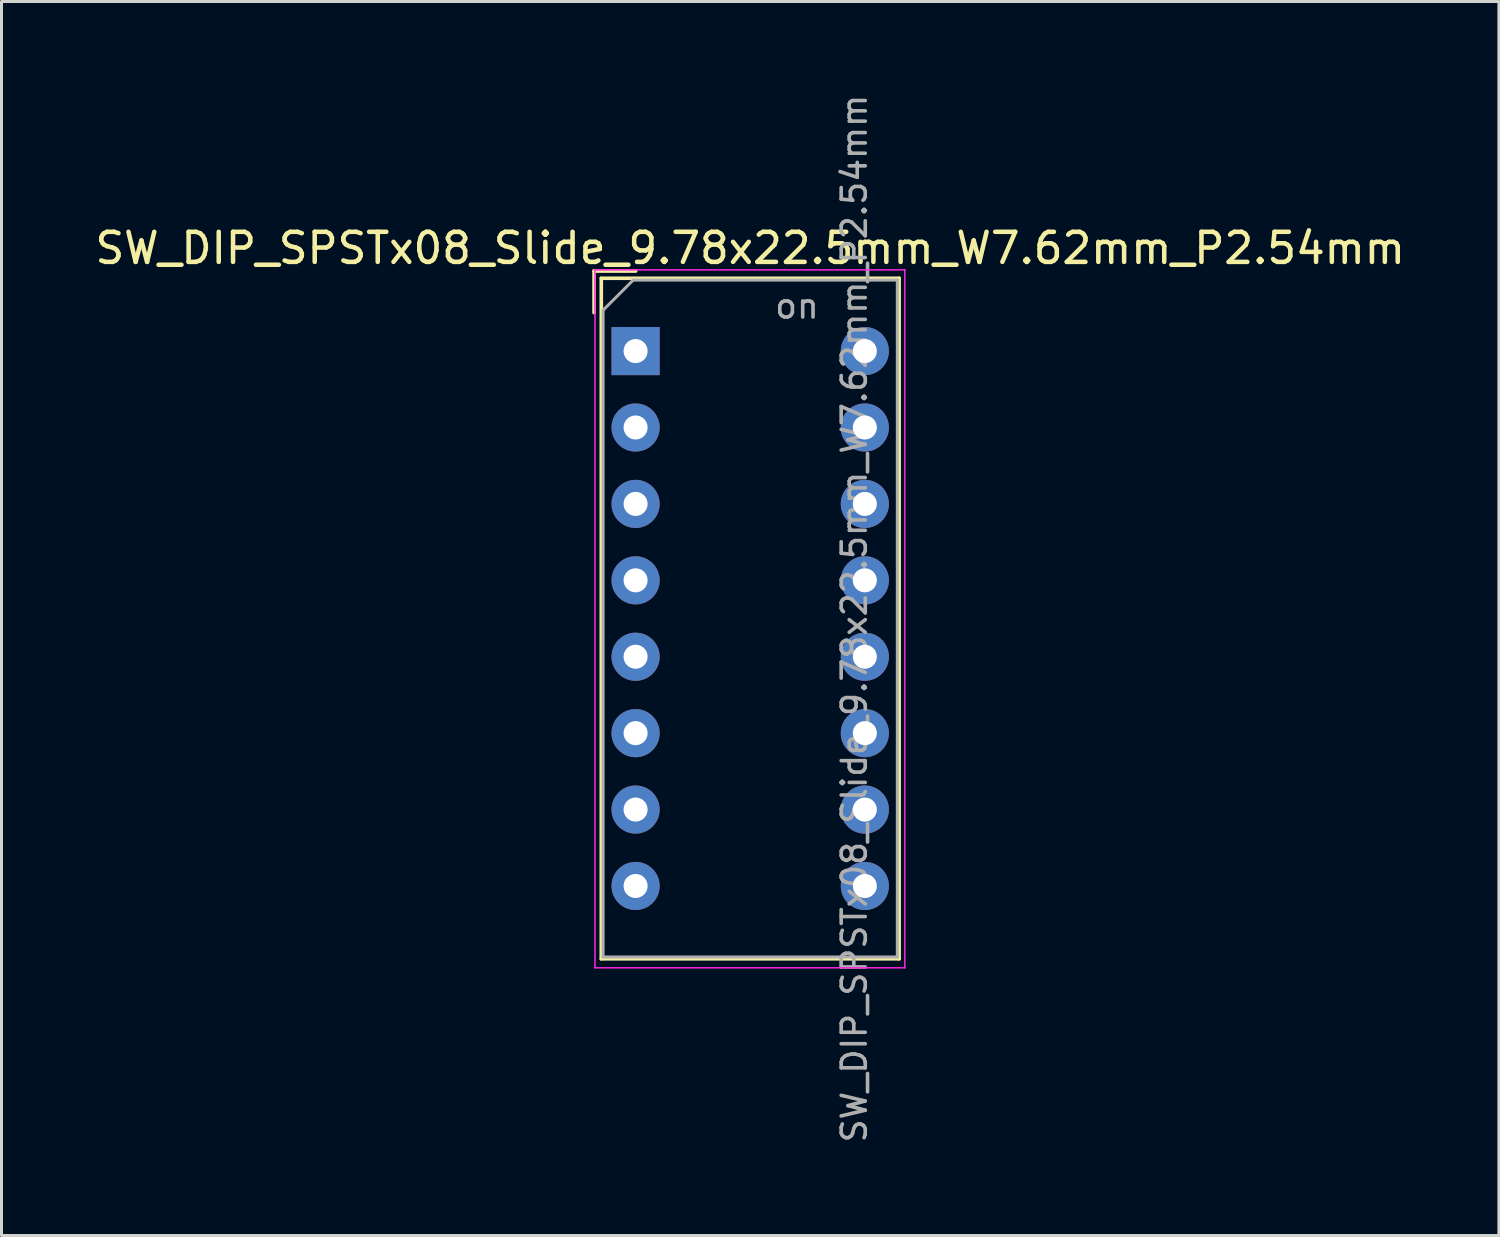
<source format=kicad_pcb>
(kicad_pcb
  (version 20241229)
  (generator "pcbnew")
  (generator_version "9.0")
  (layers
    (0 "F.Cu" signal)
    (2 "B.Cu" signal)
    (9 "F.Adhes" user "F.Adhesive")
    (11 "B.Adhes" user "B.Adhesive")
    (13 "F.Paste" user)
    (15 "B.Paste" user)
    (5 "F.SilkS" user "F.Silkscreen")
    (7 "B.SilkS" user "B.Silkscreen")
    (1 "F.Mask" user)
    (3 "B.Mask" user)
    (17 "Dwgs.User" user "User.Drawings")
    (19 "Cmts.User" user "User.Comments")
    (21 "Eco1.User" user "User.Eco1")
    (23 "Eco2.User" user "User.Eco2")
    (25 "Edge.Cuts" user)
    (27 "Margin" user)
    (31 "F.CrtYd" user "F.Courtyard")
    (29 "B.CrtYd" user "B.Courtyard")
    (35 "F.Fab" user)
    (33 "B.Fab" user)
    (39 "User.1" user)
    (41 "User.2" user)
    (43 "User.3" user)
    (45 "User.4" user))
  (footprint "SW_DIP_SPSTx08_Slide_9.78x22.5mm_W7.62mm_P2.54mm"
    (layer "F.Cu")
    (at 18.077 8.62)
    (property "Reference" "SW_DIP_SPSTx08_Slide_9.78x22.5mm_W7.62mm_P2.54mm" (at 3.81 -3.42 0) (layer "F.SilkS") (effects (font (size 1 1) (thickness 0.15))))
    (attr through_hole)
    (fp_line (start -1.38 -2.66) (end -1.38 -1.277) (stroke (width 0.12) (type solid)) (layer "F.SilkS"))
    (fp_line (start -1.38 -2.66) (end 0.004 -2.66) (stroke (width 0.12) (type solid)) (layer "F.SilkS"))
    (fp_line (start -1.14 -2.42) (end -1.14 20.201) (stroke (width 0.12) (type solid)) (layer "F.SilkS"))
    (fp_line (start -1.14 -2.42) (end 8.76 -2.42) (stroke (width 0.12) (type solid)) (layer "F.SilkS"))
    (fp_line (start -1.14 20.201) (end 8.76 20.201) (stroke (width 0.12) (type solid)) (layer "F.SilkS"))
    (fp_line (start 8.76 -2.42) (end 8.76 20.201) (stroke (width 0.12) (type solid)) (layer "F.SilkS"))
    (fp_line (start -1.35 -2.7) (end -1.35 20.5) (stroke (width 0.05) (type solid)) (layer "F.CrtYd"))
    (fp_line (start -1.35 20.5) (end 8.95 20.5) (stroke (width 0.05) (type solid)) (layer "F.CrtYd"))
    (fp_line (start 8.95 -2.7) (end -1.35 -2.7) (stroke (width 0.05) (type solid)) (layer "F.CrtYd"))
    (fp_line (start 8.95 20.5) (end 8.95 -2.7) (stroke (width 0.05) (type solid)) (layer "F.CrtYd"))
    (fp_line (start -1.08 -1.36) (end -0.08 -2.36) (stroke (width 0.1) (type solid)) (layer "F.Fab"))
    (fp_line (start -1.08 20.14) (end -1.08 -1.36) (stroke (width 0.1) (type solid)) (layer "F.Fab"))
    (fp_line (start -0.08 -2.36) (end 8.7 -2.36) (stroke (width 0.1) (type solid)) (layer "F.Fab"))
    (fp_line (start 8.7 -2.36) (end 8.7 20.14) (stroke (width 0.1) (type solid)) (layer "F.Fab"))
    (fp_line (start 8.7 20.14) (end -1.08 20.14) (stroke (width 0.1) (type solid)) (layer "F.Fab"))
    (fp_text user "on" (at 5.365 -1.498 0) (layer "F.Fab") (effects (font (size 0.8 0.8) (thickness 0.12))))
    (fp_text user "${REFERENCE}" (at 7.27 8.89 90) (layer "F.Fab") (effects (font (size 0.8 0.8) (thickness 0.12))))
    (pad "1" thru_hole rect (at 0 0) (size 1.6 1.6) (drill 0.8) (layers "*.Cu" "*.Mask"))
    (pad "2" thru_hole oval (at 0 2.54) (size 1.6 1.6) (drill 0.8) (layers "*.Cu" "*.Mask"))
    (pad "3" thru_hole oval (at 0 5.08) (size 1.6 1.6) (drill 0.8) (layers "*.Cu" "*.Mask"))
    (pad "4" thru_hole oval (at 0 7.62) (size 1.6 1.6) (drill 0.8) (layers "*.Cu" "*.Mask"))
    (pad "5" thru_hole oval (at 0 10.16) (size 1.6 1.6) (drill 0.8) (layers "*.Cu" "*.Mask"))
    (pad "6" thru_hole oval (at 0 12.7) (size 1.6 1.6) (drill 0.8) (layers "*.Cu" "*.Mask"))
    (pad "7" thru_hole oval (at 0 15.24) (size 1.6 1.6) (drill 0.8) (layers "*.Cu" "*.Mask"))
    (pad "8" thru_hole oval (at 0 17.78) (size 1.6 1.6) (drill 0.8) (layers "*.Cu" "*.Mask"))
    (pad "9" thru_hole oval (at 7.62 17.78) (size 1.6 1.6) (drill 0.8) (layers "*.Cu" "*.Mask"))
    (pad "10" thru_hole oval (at 7.62 15.24) (size 1.6 1.6) (drill 0.8) (layers "*.Cu" "*.Mask"))
    (pad "11" thru_hole oval (at 7.62 12.7) (size 1.6 1.6) (drill 0.8) (layers "*.Cu" "*.Mask"))
    (pad "12" thru_hole oval (at 7.62 10.16) (size 1.6 1.6) (drill 0.8) (layers "*.Cu" "*.Mask"))
    (pad "13" thru_hole oval (at 7.62 7.62) (size 1.6 1.6) (drill 0.8) (layers "*.Cu" "*.Mask"))
    (pad "14" thru_hole oval (at 7.62 5.08) (size 1.6 1.6) (drill 0.8) (layers "*.Cu" "*.Mask"))
    (pad "15" thru_hole oval (at 7.62 2.54) (size 1.6 1.6) (drill 0.8) (layers "*.Cu" "*.Mask"))
    (pad "16" thru_hole oval (at 7.62 0) (size 1.6 1.6) (drill 0.8) (layers "*.Cu" "*.Mask")))
  (gr_rect
    (start -3 -3)
    (end 46.774 38.019)
    (stroke (width 0.1) (type default))
    (fill no)
    (layer "Edge.Cuts")))
</source>
